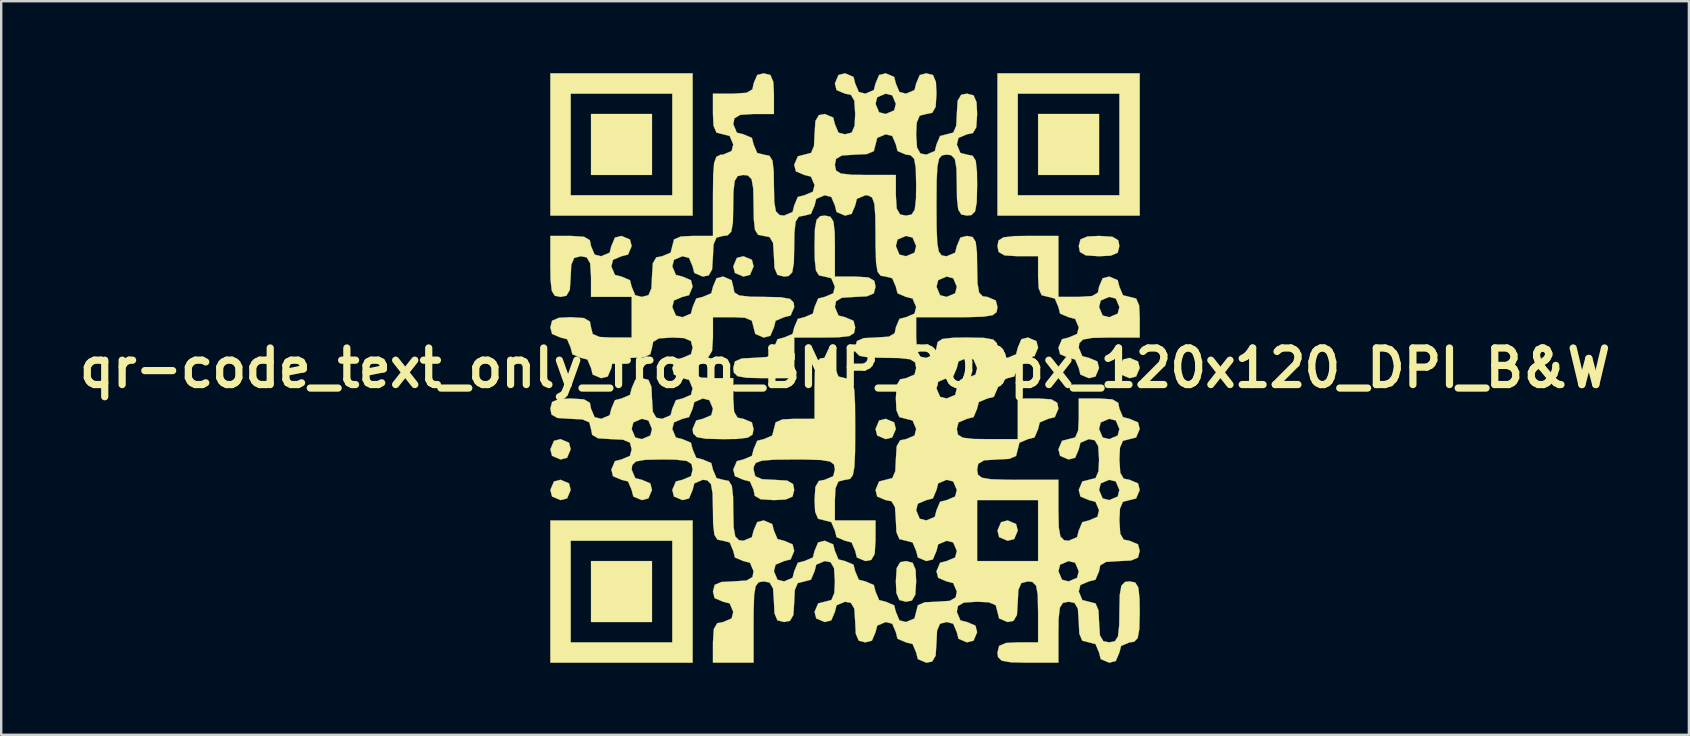
<source format=kicad_pcb>
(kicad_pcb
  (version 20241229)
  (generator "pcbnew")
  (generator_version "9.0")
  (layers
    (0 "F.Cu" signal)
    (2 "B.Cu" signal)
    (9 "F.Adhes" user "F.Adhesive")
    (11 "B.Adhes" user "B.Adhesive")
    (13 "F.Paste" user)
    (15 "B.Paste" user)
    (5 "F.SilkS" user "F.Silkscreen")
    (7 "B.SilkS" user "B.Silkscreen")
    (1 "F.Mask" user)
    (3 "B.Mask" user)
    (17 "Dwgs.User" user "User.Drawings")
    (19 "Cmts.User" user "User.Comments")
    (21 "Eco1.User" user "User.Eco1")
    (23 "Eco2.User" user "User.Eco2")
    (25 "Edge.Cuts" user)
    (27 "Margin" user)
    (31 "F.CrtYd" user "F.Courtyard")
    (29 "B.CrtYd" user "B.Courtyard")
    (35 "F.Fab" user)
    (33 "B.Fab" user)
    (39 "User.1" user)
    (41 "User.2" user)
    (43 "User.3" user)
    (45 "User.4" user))
  (footprint "qr-code_text_only_from_BMP_200px_120x120_DPI_B&W"
    (layer "F.Cu")
    (at 32.156 12.282)
    (property "Reference" "qr-code_text_only_from_BMP_200px_120x120_DPI_B&W" (at 0 0 0) (layer "F.SilkS") (effects (font (size 1.524 1.524) (thickness 0.3))))
    (attr through_hole)
    (fp_poly (pts (xy -8.043 -8.043) (xy -10.583 -8.043) (xy -10.583 -10.583) (xy -8.043 -10.583) (xy -8.043 -8.043)) (stroke (width 0.01) (type solid)) (fill yes) (layer "F.SilkS"))
    (fp_poly (pts (xy -8.043 10.583) (xy -10.583 10.583) (xy -10.583 8.043) (xy -8.043 8.043) (xy -8.043 10.583)) (stroke (width 0.01) (type solid)) (fill yes) (layer "F.SilkS"))
    (fp_poly (pts (xy 10.583 -8.043) (xy 8.043 -8.043) (xy 8.043 -10.583) (xy 10.583 -10.583) (xy 10.583 -8.043)) (stroke (width 0.01) (type solid)) (fill yes) (layer "F.SilkS"))
    (fp_poly (pts (xy -11.5 3.113) (xy -11.43 3.387) (xy -11.58 3.74) (xy -11.853 3.81) (xy -12.207 3.66) (xy -12.277 3.387) (xy -12.127 3.033) (xy -11.853 2.963) (xy -11.5 3.113)) (stroke (width 0.01) (type solid)) (fill yes) (layer "F.SilkS"))
    (fp_poly (pts (xy -11.5 4.806) (xy -11.43 5.08) (xy -11.58 5.434) (xy -11.853 5.503) (xy -12.207 5.354) (xy -12.277 5.08) (xy -12.127 4.726) (xy -11.853 4.657) (xy -11.5 4.806)) (stroke (width 0.01) (type solid)) (fill yes) (layer "F.SilkS"))
    (fp_poly (pts (xy -3.88 -4.507) (xy -3.81 -4.233) (xy -3.96 -3.88) (xy -4.233 -3.81) (xy -4.587 -3.96) (xy -4.657 -4.233) (xy -4.507 -4.587) (xy -4.233 -4.657) (xy -3.88 -4.507)) (stroke (width 0.01) (type solid)) (fill yes) (layer "F.SilkS"))
    (fp_poly (pts (xy 2.047 2.266) (xy 2.117 2.54) (xy 1.967 2.894) (xy 1.693 2.963) (xy 1.34 2.814) (xy 1.27 2.54) (xy 1.42 2.186) (xy 1.693 2.117) (xy 2.047 2.266)) (stroke (width 0.01) (type solid)) (fill yes) (layer "F.SilkS"))
    (fp_poly (pts (xy 7.127 6.5) (xy 7.197 6.773) (xy 7.047 7.127) (xy 6.773 7.197) (xy 6.42 7.047) (xy 6.35 6.773) (xy 6.5 6.42) (xy 6.773 6.35) (xy 7.127 6.5)) (stroke (width 0.01) (type solid)) (fill yes) (layer "F.SilkS"))
    (fp_poly (pts (xy 12.207 -0.274) (xy 12.277 0) (xy 12.127 0.354) (xy 11.853 0.423) (xy 11.5 0.274) (xy 11.43 0) (xy 11.58 -0.354) (xy 11.853 -0.423) (xy 12.207 -0.274)) (stroke (width 0.01) (type solid)) (fill yes) (layer "F.SilkS"))
    (fp_poly (pts (xy -6.35 -6.35) (xy -12.277 -6.35) (xy -12.277 -11.43) (xy -11.43 -11.43) (xy -11.43 -7.197) (xy -7.197 -7.197) (xy -7.197 -11.43) (xy -11.43 -11.43) (xy -12.277 -11.43) (xy -12.277 -12.277) (xy -6.35 -12.277) (xy -6.35 -6.35)) (stroke (width 0.01) (type solid)) (fill yes) (layer "F.SilkS"))
    (fp_poly (pts (xy -6.35 12.277) (xy -12.277 12.277) (xy -12.277 7.197) (xy -11.43 7.197) (xy -11.43 11.43) (xy -7.197 11.43) (xy -7.197 7.197) (xy -11.43 7.197) (xy -12.277 7.197) (xy -12.277 6.35) (xy -6.35 6.35) (xy -6.35 12.277)) (stroke (width 0.01) (type solid)) (fill yes) (layer "F.SilkS"))
    (fp_poly (pts (xy 12.277 -6.35) (xy 6.35 -6.35) (xy 6.35 -11.43) (xy 7.197 -11.43) (xy 7.197 -7.197) (xy 11.43 -7.197) (xy 11.43 -11.43) (xy 7.197 -11.43) (xy 6.35 -11.43) (xy 6.35 -12.277) (xy 12.277 -12.277) (xy 12.277 -6.35)) (stroke (width 0.01) (type solid)) (fill yes) (layer "F.SilkS"))
    (fp_poly (pts (xy 2.817 8.114) (xy 2.939 8.401) (xy 2.963 8.89) (xy 2.928 9.444) (xy 2.784 9.689) (xy 2.54 9.737) (xy 2.263 9.666) (xy 2.141 9.379) (xy 2.117 8.89) (xy 2.152 8.336) (xy 2.296 8.091) (xy 2.54 8.043) (xy 2.817 8.114)) (stroke (width 0.01) (type solid)) (fill yes) (layer "F.SilkS"))
    (fp_poly (pts (xy 11.137 -5.468) (xy 11.382 -5.324) (xy 11.43 -5.08) (xy 11.359 -4.803) (xy 11.072 -4.681) (xy 10.583 -4.657) (xy 10.029 -4.692) (xy 9.785 -4.836) (xy 9.737 -5.08) (xy 9.808 -5.357) (xy 10.095 -5.479) (xy 10.583 -5.503) (xy 11.137 -5.468)) (stroke (width 0.01) (type solid)) (fill yes) (layer "F.SilkS"))
    (fp_poly (pts (xy -0.61 -6.304) (xy -0.482 -6.1) (xy -0.431 -5.643) (xy -0.423 -5.08) (xy -0.423 -3.81) (xy 0.423 -3.81) (xy 0.977 -3.775) (xy 1.222 -3.631) (xy 1.27 -3.387) (xy 1.199 -3.11) (xy 0.912 -2.987) (xy 0.423 -2.963) (xy -0.131 -2.928) (xy -0.375 -2.784) (xy -0.423 -2.54) (xy -0.274 -2.186) (xy 0 -2.117) (xy 0.354 -1.967) (xy 0.423 -1.693) (xy 0.377 -1.457) (xy 0.173 -1.329) (xy -0.284 -1.278) (xy -0.847 -1.27) (xy -2.117 -1.27) (xy -2.117 0.423) (xy -3.387 0.423) (xy -4.096 0.408) (xy -4.479 0.34) (xy -4.633 0.188) (xy -4.657 0) (xy -4.586 -0.277) (xy -4.299 -0.399) (xy -3.81 -0.423) (xy -3.256 -0.459) (xy -3.011 -0.602) (xy -2.963 -0.847) (xy -2.814 -1.2) (xy -2.54 -1.27) (xy -2.186 -1.42) (xy -2.117 -1.693) (xy -1.967 -2.047) (xy -1.693 -2.117) (xy -1.34 -2.266) (xy -1.27 -2.54) (xy -1.12 -2.894) (xy -0.847 -2.963) (xy -0.493 -3.113) (xy -0.423 -3.387) (xy -0.573 -3.74) (xy -0.847 -3.81) (xy -1.083 -3.856) (xy -1.211 -4.06) (xy -1.262 -4.517) (xy -1.27 -5.08) (xy -1.255 -5.789) (xy -1.187 -6.173) (xy -1.034 -6.327) (xy -0.847 -6.35) (xy -0.61 -6.304)) (stroke (width 0.01) (type solid)) (fill yes) (layer "F.SilkS"))
    (fp_poly (pts (xy 8.89 -2.963) (xy 9.737 -2.963) (xy 10.291 -2.999) (xy 10.535 -3.142) (xy 10.583 -3.387) (xy 10.733 -3.74) (xy 11.007 -3.81) (xy 11.36 -3.66) (xy 11.43 -3.387) (xy 11.58 -3.033) (xy 11.853 -2.963) (xy 12.13 -2.892) (xy 12.253 -2.605) (xy 12.277 -2.117) (xy 12.277 -1.27) (xy 11.007 -1.27) (xy 10.297 -1.255) (xy 9.914 -1.187) (xy 9.76 -1.034) (xy 9.737 -0.847) (xy 9.886 -0.493) (xy 10.16 -0.423) (xy 10.514 -0.274) (xy 10.583 0) (xy 10.434 0.354) (xy 10.16 0.423) (xy 9.806 0.274) (xy 9.737 0) (xy 9.587 -0.354) (xy 9.313 -0.423) (xy 8.96 -0.573) (xy 8.89 -0.847) (xy 9.04 -1.2) (xy 9.313 -1.27) (xy 9.667 -1.42) (xy 9.737 -1.693) (xy 9.587 -2.047) (xy 9.313 -2.117) (xy 8.96 -2.266) (xy 8.89 -2.54) (xy 10.583 -2.54) (xy 10.733 -2.186) (xy 11.007 -2.117) (xy 11.36 -2.266) (xy 11.43 -2.54) (xy 11.28 -2.894) (xy 11.007 -2.963) (xy 10.653 -2.814) (xy 10.583 -2.54) (xy 8.89 -2.54) (xy 8.74 -2.894) (xy 8.467 -2.963) (xy 8.19 -3.034) (xy 8.067 -3.321) (xy 8.043 -3.81) (xy 8.043 -4.657) (xy 7.197 -4.657) (xy 6.643 -4.692) (xy 6.398 -4.836) (xy 6.35 -5.08) (xy 6.396 -5.316) (xy 6.6 -5.444) (xy 7.057 -5.496) (xy 7.62 -5.503) (xy 8.89 -5.503) (xy 8.89 -2.963)) (stroke (width 0.01) (type solid)) (fill yes) (layer "F.SilkS"))
    (fp_poly (pts (xy -0.493 -0.274) (xy -0.423 0) (xy -0.274 0.354) (xy 0 0.423) (xy 0.193 0.452) (xy 0.316 0.591) (xy 0.385 0.915) (xy 0.416 1.501) (xy 0.423 2.427) (xy 0.423 2.54) (xy 0.418 3.503) (xy 0.39 4.12) (xy 0.325 4.467) (xy 0.208 4.62) (xy 0.023 4.656) (xy 0 4.657) (xy -0.277 4.728) (xy -0.399 5.015) (xy -0.423 5.503) (xy -0.423 6.35) (xy 1.27 6.35) (xy 1.27 7.197) (xy 1.234 7.751) (xy 1.091 7.995) (xy 0.847 8.043) (xy 0.493 7.894) (xy 0.423 7.62) (xy 0.274 7.266) (xy 0 7.197) (xy -0.354 7.047) (xy -0.423 6.773) (xy -0.573 6.42) (xy -0.847 6.35) (xy -1.124 6.279) (xy -1.246 5.992) (xy -1.27 5.503) (xy -1.234 4.949) (xy -1.091 4.705) (xy -0.847 4.657) (xy -0.493 4.507) (xy -0.423 4.233) (xy -0.459 4.022) (xy -0.622 3.896) (xy -0.997 3.833) (xy -1.67 3.812) (xy -2.117 3.81) (xy -2.96 3.819) (xy -3.466 3.86) (xy -3.719 3.953) (xy -3.804 4.122) (xy -3.81 4.233) (xy -3.739 4.51) (xy -3.452 4.633) (xy -2.963 4.657) (xy -2.409 4.692) (xy -2.165 4.836) (xy -2.117 5.08) (xy -2.188 5.357) (xy -2.475 5.479) (xy -2.963 5.503) (xy -3.517 5.468) (xy -3.762 5.324) (xy -3.81 5.08) (xy -3.96 4.726) (xy -4.233 4.657) (xy -4.587 4.507) (xy -4.657 4.233) (xy -4.507 3.88) (xy -4.233 3.81) (xy -3.88 3.66) (xy -3.81 3.387) (xy -3.66 3.033) (xy -3.387 2.963) (xy -3.033 2.814) (xy -2.963 2.54) (xy -2.892 2.263) (xy -2.605 2.141) (xy -2.117 2.117) (xy -1.27 2.117) (xy -1.27 0.847) (xy -1.255 0.137) (xy -1.187 -0.246) (xy -1.034 -0.4) (xy -0.847 -0.423) (xy -0.493 -0.274)) (stroke (width 0.01) (type solid)) (fill yes) (layer "F.SilkS"))
    (fp_poly (pts (xy 3.664 -12.206) (xy 3.786 -11.919) (xy 3.81 -11.43) (xy 3.775 -10.876) (xy 3.631 -10.631) (xy 3.387 -10.583) (xy 3.11 -10.512) (xy 2.987 -10.225) (xy 2.963 -9.737) (xy 2.999 -9.183) (xy 3.142 -8.938) (xy 3.387 -8.89) (xy 3.74 -9.04) (xy 3.81 -9.313) (xy 3.96 -9.667) (xy 4.233 -9.737) (xy 4.51 -9.808) (xy 4.633 -10.095) (xy 4.657 -10.583) (xy 4.692 -11.137) (xy 4.836 -11.382) (xy 5.08 -11.43) (xy 5.357 -11.359) (xy 5.479 -11.072) (xy 5.503 -10.583) (xy 5.468 -10.029) (xy 5.324 -9.785) (xy 5.08 -9.737) (xy 4.726 -9.587) (xy 4.657 -9.313) (xy 4.806 -8.96) (xy 5.08 -8.89) (xy 5.316 -8.844) (xy 5.444 -8.64) (xy 5.496 -8.183) (xy 5.503 -7.62) (xy 5.488 -6.911) (xy 5.42 -6.527) (xy 5.268 -6.373) (xy 5.08 -6.35) (xy 4.844 -6.396) (xy 4.716 -6.6) (xy 4.664 -7.057) (xy 4.657 -7.62) (xy 4.641 -8.329) (xy 4.573 -8.713) (xy 4.421 -8.867) (xy 4.233 -8.89) (xy 4.041 -8.861) (xy 3.917 -8.723) (xy 3.848 -8.399) (xy 3.817 -7.812) (xy 3.81 -6.887) (xy 3.81 -6.773) (xy 3.816 -5.81) (xy 3.843 -5.193) (xy 3.908 -4.847) (xy 4.026 -4.693) (xy 4.211 -4.657) (xy 4.233 -4.657) (xy 4.587 -4.806) (xy 4.657 -5.08) (xy 4.806 -5.434) (xy 5.08 -5.503) (xy 5.316 -5.457) (xy 5.444 -5.253) (xy 5.496 -4.796) (xy 5.503 -4.233) (xy 5.519 -3.524) (xy 5.587 -3.141) (xy 5.739 -2.987) (xy 5.927 -2.963) (xy 6.28 -2.814) (xy 6.35 -2.54) (xy 6.315 -2.329) (xy 6.152 -2.203) (xy 5.776 -2.139) (xy 5.103 -2.118) (xy 4.657 -2.117) (xy 2.963 -2.117) (xy 2.963 -1.27) (xy 2.999 -0.716) (xy 3.142 -0.471) (xy 3.387 -0.423) (xy 3.74 -0.573) (xy 3.81 -0.847) (xy 3.856 -1.083) (xy 4.06 -1.211) (xy 4.517 -1.262) (xy 5.08 -1.27) (xy 5.789 -1.255) (xy 6.173 -1.187) (xy 6.327 -1.034) (xy 6.35 -0.847) (xy 6.5 -0.493) (xy 6.773 -0.423) (xy 7.127 -0.573) (xy 7.197 -0.847) (xy 7.346 -1.2) (xy 7.62 -1.27) (xy 7.974 -1.12) (xy 8.043 -0.847) (xy 7.894 -0.493) (xy 7.62 -0.423) (xy 7.266 -0.274) (xy 7.197 0) (xy 7.047 0.354) (xy 6.773 0.423) (xy 6.42 0.573) (xy 6.35 0.847) (xy 6.2 1.2) (xy 5.927 1.27) (xy 5.573 1.42) (xy 5.503 1.693) (xy 5.354 2.047) (xy 5.08 2.117) (xy 4.726 2.266) (xy 4.657 2.54) (xy 4.703 2.776) (xy 4.907 2.904) (xy 5.364 2.956) (xy 5.927 2.963) (xy 7.197 2.963) (xy 7.197 1.27) (xy 8.043 1.27) (xy 8.597 1.306) (xy 8.842 1.449) (xy 8.89 1.693) (xy 8.74 2.047) (xy 8.467 2.117) (xy 8.113 2.266) (xy 8.043 2.54) (xy 7.894 2.894) (xy 7.62 2.963) (xy 7.266 3.113) (xy 7.197 3.387) (xy 7.126 3.664) (xy 6.839 3.786) (xy 6.35 3.81) (xy 5.796 3.845) (xy 5.551 3.989) (xy 5.503 4.233) (xy 5.539 4.444) (xy 5.702 4.571) (xy 6.077 4.634) (xy 6.75 4.655) (xy 7.197 4.657) (xy 8.89 4.657) (xy 8.89 5.927) (xy 8.905 6.636) (xy 8.973 7.019) (xy 9.126 7.173) (xy 9.313 7.197) (xy 9.667 7.047) (xy 9.737 6.773) (xy 9.886 6.42) (xy 10.16 6.35) (xy 10.514 6.2) (xy 10.583 5.927) (xy 10.434 5.573) (xy 10.16 5.503) (xy 9.806 5.354) (xy 9.737 5.08) (xy 10.583 5.08) (xy 10.733 5.434) (xy 11.007 5.503) (xy 11.36 5.354) (xy 11.43 5.08) (xy 11.28 4.726) (xy 11.007 4.657) (xy 10.653 4.806) (xy 10.583 5.08) (xy 9.737 5.08) (xy 9.886 4.726) (xy 10.16 4.657) (xy 10.437 4.586) (xy 10.559 4.299) (xy 10.583 3.81) (xy 10.548 3.256) (xy 10.404 3.011) (xy 10.16 2.963) (xy 9.806 3.113) (xy 9.737 3.387) (xy 9.587 3.74) (xy 9.313 3.81) (xy 8.96 3.66) (xy 8.89 3.387) (xy 9.04 3.033) (xy 9.313 2.963) (xy 9.59 2.892) (xy 9.713 2.605) (xy 9.716 2.54) (xy 10.583 2.54) (xy 10.733 2.894) (xy 11.007 2.963) (xy 11.36 2.814) (xy 11.43 2.54) (xy 11.28 2.186) (xy 11.007 2.117) (xy 10.653 2.266) (xy 10.583 2.54) (xy 9.716 2.54) (xy 9.737 2.117) (xy 9.737 1.27) (xy 10.583 1.27) (xy 11.137 1.306) (xy 11.382 1.449) (xy 11.43 1.693) (xy 11.58 2.047) (xy 11.853 2.117) (xy 12.207 2.266) (xy 12.277 2.54) (xy 12.127 2.894) (xy 11.853 2.963) (xy 11.576 3.034) (xy 11.454 3.321) (xy 11.43 3.81) (xy 11.466 4.364) (xy 11.609 4.609) (xy 11.853 4.657) (xy 12.207 4.806) (xy 12.277 5.08) (xy 12.127 5.434) (xy 11.853 5.503) (xy 11.576 5.574) (xy 11.454 5.861) (xy 11.43 6.35) (xy 11.466 6.904) (xy 11.609 7.149) (xy 11.853 7.197) (xy 12.207 7.346) (xy 12.277 7.62) (xy 12.206 7.897) (xy 11.919 8.019) (xy 11.43 8.043) (xy 10.876 8.079) (xy 10.631 8.222) (xy 10.583 8.467) (xy 10.434 8.82) (xy 10.16 8.89) (xy 9.806 9.04) (xy 9.737 9.313) (xy 9.886 9.667) (xy 10.16 9.737) (xy 10.437 9.808) (xy 10.559 10.095) (xy 10.583 10.583) (xy 10.619 11.137) (xy 10.762 11.382) (xy 11.007 11.43) (xy 11.243 11.384) (xy 11.371 11.18) (xy 11.422 10.723) (xy 11.43 10.16) (xy 11.445 9.451) (xy 11.513 9.067) (xy 11.666 8.913) (xy 11.853 8.89) (xy 12.09 8.936) (xy 12.218 9.14) (xy 12.269 9.597) (xy 12.277 10.16) (xy 12.261 10.869) (xy 12.193 11.253) (xy 12.041 11.407) (xy 11.853 11.43) (xy 11.5 11.58) (xy 11.43 11.853) (xy 11.28 12.207) (xy 11.007 12.277) (xy 10.653 12.127) (xy 10.583 11.853) (xy 10.434 11.5) (xy 10.16 11.43) (xy 9.883 11.359) (xy 9.761 11.072) (xy 9.737 10.583) (xy 9.701 10.029) (xy 9.558 9.785) (xy 9.313 9.737) (xy 9.077 9.783) (xy 8.949 9.987) (xy 8.898 10.444) (xy 8.89 11.007) (xy 8.89 12.277) (xy 7.62 12.277) (xy 6.911 12.261) (xy 6.527 12.193) (xy 6.373 12.041) (xy 6.35 11.853) (xy 6.421 11.576) (xy 6.708 11.454) (xy 7.197 11.43) (xy 8.043 11.43) (xy 8.043 10.16) (xy 8.028 9.451) (xy 7.96 9.067) (xy 7.808 8.913) (xy 7.62 8.89) (xy 7.343 8.961) (xy 7.221 9.248) (xy 7.197 9.737) (xy 7.161 10.291) (xy 7.018 10.535) (xy 6.773 10.583) (xy 6.42 10.434) (xy 6.35 10.16) (xy 6.279 9.883) (xy 5.992 9.761) (xy 5.503 9.737) (xy 4.949 9.772) (xy 4.705 9.916) (xy 4.657 10.16) (xy 4.806 10.514) (xy 5.08 10.583) (xy 5.434 10.733) (xy 5.503 11.007) (xy 5.354 11.36) (xy 5.08 11.43) (xy 4.726 11.28) (xy 4.657 11.007) (xy 4.507 10.653) (xy 4.233 10.583) (xy 3.956 10.654) (xy 3.834 10.941) (xy 3.81 11.43) (xy 3.775 11.984) (xy 3.631 12.229) (xy 3.387 12.277) (xy 3.033 12.127) (xy 2.963 11.853) (xy 2.814 11.5) (xy 2.54 11.43) (xy 2.186 11.28) (xy 2.117 11.007) (xy 1.967 10.653) (xy 1.693 10.583) (xy 1.34 10.733) (xy 1.27 11.007) (xy 1.12 11.36) (xy 0.847 11.43) (xy 0.57 11.359) (xy 0.447 11.072) (xy 0.423 10.583) (xy 0.388 10.029) (xy 0.244 9.785) (xy 0 9.737) (xy -0.354 9.886) (xy -0.423 10.16) (xy -0.573 10.514) (xy -0.847 10.583) (xy -1.2 10.434) (xy -1.27 10.16) (xy -1.12 9.806) (xy -0.847 9.737) (xy -0.57 9.666) (xy -0.447 9.379) (xy -0.423 8.89) (xy -0.459 8.336) (xy -0.602 8.091) (xy -0.847 8.043) (xy -1.2 8.193) (xy -1.27 8.467) (xy -1.42 8.82) (xy -1.693 8.89) (xy -1.97 8.961) (xy -2.093 9.248) (xy -2.117 9.737) (xy -2.152 10.291) (xy -2.296 10.535) (xy -2.54 10.583) (xy -2.817 10.512) (xy -2.939 10.225) (xy -2.963 9.737) (xy -2.999 9.183) (xy -3.142 8.938) (xy -3.387 8.89) (xy -3.598 8.925) (xy -3.724 9.088) (xy -3.787 9.464) (xy -3.808 10.137) (xy -3.81 10.583) (xy -3.81 12.277) (xy -5.503 12.277) (xy -5.503 11.43) (xy -5.468 10.876) (xy -5.324 10.631) (xy -5.08 10.583) (xy -4.726 10.434) (xy -4.657 10.16) (xy -4.806 9.806) (xy -5.08 9.737) (xy -5.434 9.587) (xy -5.503 9.313) (xy -5.432 9.036) (xy -5.145 8.914) (xy -4.657 8.89) (xy -4.103 8.854) (xy -3.858 8.711) (xy -3.81 8.467) (xy -3.96 8.113) (xy -4.233 8.043) (xy -4.587 7.894) (xy -4.657 7.62) (xy -4.806 7.266) (xy -5.08 7.197) (xy -5.316 7.15) (xy -5.444 6.947) (xy -5.496 6.489) (xy -5.503 5.927) (xy -5.519 5.217) (xy -5.587 4.834) (xy -5.739 4.68) (xy -5.927 4.657) (xy -6.28 4.806) (xy -6.35 5.08) (xy -6.5 5.434) (xy -6.773 5.503) (xy -7.127 5.354) (xy -7.197 5.08) (xy -7.047 4.726) (xy -6.773 4.657) (xy -6.42 4.507) (xy -6.35 4.233) (xy -6.396 3.997) (xy -6.6 3.869) (xy -7.057 3.818) (xy -7.62 3.81) (xy -8.329 3.825) (xy -8.713 3.893) (xy -8.867 4.046) (xy -8.89 4.233) (xy -8.74 4.587) (xy -8.467 4.657) (xy -8.113 4.806) (xy -8.043 5.08) (xy -8.193 5.434) (xy -8.467 5.503) (xy -8.82 5.354) (xy -8.89 5.08) (xy -9.04 4.726) (xy -9.313 4.657) (xy -9.667 4.507) (xy -9.737 4.233) (xy -9.587 3.88) (xy -9.313 3.81) (xy -8.96 3.66) (xy -8.89 3.387) (xy -8.961 3.11) (xy -9.248 2.987) (xy -9.737 2.963) (xy -10.291 2.928) (xy -10.535 2.784) (xy -10.583 2.54) (xy -8.89 2.54) (xy -8.74 2.894) (xy -8.467 2.963) (xy -8.113 2.814) (xy -8.043 2.54) (xy -8.193 2.186) (xy -8.467 2.117) (xy -8.82 2.266) (xy -8.89 2.54) (xy -10.583 2.54) (xy -10.654 2.263) (xy -10.941 2.141) (xy -11.43 2.117) (xy -11.984 2.081) (xy -12.229 1.938) (xy -12.277 1.693) (xy -12.206 1.416) (xy -11.919 1.294) (xy -11.43 1.27) (xy -10.876 1.306) (xy -10.631 1.449) (xy -10.583 1.693) (xy -10.434 2.047) (xy -10.16 2.117) (xy -9.806 1.967) (xy -9.737 1.693) (xy -9.587 1.34) (xy -9.313 1.27) (xy -8.96 1.12) (xy -8.89 0.847) (xy -8.74 0.493) (xy -8.467 0.423) (xy -8.19 0.494) (xy -8.067 0.781) (xy -8.043 1.27) (xy -8.008 1.824) (xy -7.864 2.069) (xy -7.62 2.117) (xy -7.266 1.967) (xy -7.197 1.693) (xy -7.047 1.34) (xy -6.773 1.27) (xy -6.42 1.12) (xy -6.35 0.847) (xy -6.5 0.493) (xy -6.773 0.423) (xy -7.127 0.274) (xy -7.197 0) (xy -7.047 -0.354) (xy -6.773 -0.423) (xy -6.42 -0.573) (xy -6.35 -0.847) (xy -6.421 -1.124) (xy -6.708 -1.246) (xy -7.197 -1.27) (xy -7.751 -1.234) (xy -7.995 -1.091) (xy -8.043 -0.847) (xy -8.114 -0.57) (xy -8.401 -0.447) (xy -8.89 -0.423) (xy -9.444 -0.388) (xy -9.689 -0.244) (xy -9.737 0) (xy -9.886 0.354) (xy -10.16 0.423) (xy -10.514 0.274) (xy -10.583 0) (xy -10.733 -0.354) (xy -11.007 -0.423) (xy -11.36 -0.573) (xy -11.43 -0.847) (xy -11.58 -1.2) (xy -11.853 -1.27) (xy -12.207 -1.42) (xy -12.277 -1.693) (xy -12.206 -1.97) (xy -11.919 -2.093) (xy -11.43 -2.117) (xy -10.876 -2.081) (xy -10.631 -1.938) (xy -10.583 -1.693) (xy -10.512 -1.416) (xy -10.225 -1.294) (xy -9.737 -1.27) (xy -8.89 -1.27) (xy -8.89 -2.963) (xy -10.583 -2.963) (xy -10.583 -3.81) (xy -10.619 -4.364) (xy -10.762 -4.609) (xy -11.007 -4.657) (xy -11.284 -4.586) (xy -11.406 -4.299) (xy -11.43 -3.81) (xy -11.466 -3.256) (xy -11.609 -3.011) (xy -11.853 -2.963) (xy -12.09 -3.01) (xy -12.218 -3.213) (xy -12.269 -3.671) (xy -12.277 -4.233) (xy -12.277 -5.503) (xy -11.43 -5.503) (xy -10.876 -5.468) (xy -10.631 -5.324) (xy -10.583 -5.08) (xy -10.434 -4.726) (xy -10.16 -4.657) (xy -9.806 -4.806) (xy -9.737 -5.08) (xy -9.587 -5.434) (xy -9.313 -5.503) (xy -8.96 -5.354) (xy -8.89 -5.08) (xy -9.04 -4.726) (xy -9.313 -4.657) (xy -9.667 -4.507) (xy -9.737 -4.233) (xy -9.587 -3.88) (xy -9.313 -3.81) (xy -8.96 -3.66) (xy -8.89 -3.387) (xy -8.74 -3.033) (xy -8.467 -2.963) (xy -8.19 -3.034) (xy -8.067 -3.321) (xy -8.043 -3.81) (xy -8.016 -4.233) (xy -7.197 -4.233) (xy -7.047 -3.88) (xy -6.773 -3.81) (xy -6.42 -3.66) (xy -6.35 -3.387) (xy -6.5 -3.033) (xy -6.773 -2.963) (xy -7.127 -2.814) (xy -7.197 -2.54) (xy -7.047 -2.186) (xy -6.773 -2.117) (xy -6.42 -2.266) (xy -6.35 -2.54) (xy -6.2 -2.894) (xy -5.927 -2.963) (xy -5.573 -3.113) (xy -5.503 -3.387) (xy -5.354 -3.74) (xy -5.08 -3.81) (xy -4.726 -3.66) (xy -4.657 -3.387) (xy -4.61 -3.15) (xy -4.407 -3.022) (xy -3.949 -2.971) (xy -3.387 -2.963) (xy -2.677 -2.948) (xy -2.294 -2.88) (xy -2.14 -2.728) (xy -2.117 -2.54) (xy -2.266 -2.186) (xy -2.54 -2.117) (xy -2.894 -1.967) (xy -2.963 -1.693) (xy -3.113 -1.34) (xy -3.387 -1.27) (xy -3.74 -1.42) (xy -3.81 -1.693) (xy -3.881 -1.97) (xy -4.168 -2.093) (xy -4.657 -2.117) (xy -5.503 -2.117) (xy -5.503 -1.27) (xy -5.539 -0.716) (xy -5.682 -0.471) (xy -5.927 -0.423) (xy -6.28 -0.274) (xy -6.35 0) (xy -6.279 0.277) (xy -5.992 0.399) (xy -5.503 0.423) (xy -4.657 0.423) (xy -4.657 1.27) (xy -4.621 1.824) (xy -4.478 2.069) (xy -4.233 2.117) (xy -3.88 2.266) (xy -3.81 2.54) (xy -3.856 2.776) (xy -4.06 2.904) (xy -4.517 2.956) (xy -5.08 2.963) (xy -5.789 2.948) (xy -6.173 2.88) (xy -6.327 2.728) (xy -6.35 2.54) (xy -6.2 2.186) (xy -5.927 2.117) (xy -5.573 1.967) (xy -5.503 1.693) (xy -5.653 1.34) (xy -5.927 1.27) (xy -6.28 1.42) (xy -6.35 1.693) (xy -6.5 2.047) (xy -6.773 2.117) (xy -7.127 2.266) (xy -7.197 2.54) (xy -7.047 2.894) (xy -6.773 2.963) (xy -6.42 3.113) (xy -6.35 3.387) (xy -6.2 3.74) (xy -5.927 3.81) (xy -5.573 3.96) (xy -5.503 4.233) (xy -5.354 4.587) (xy -5.08 4.657) (xy -4.844 4.703) (xy -4.716 4.907) (xy -4.664 5.364) (xy -4.657 5.927) (xy -4.641 6.636) (xy -4.573 7.019) (xy -4.421 7.173) (xy -4.233 7.197) (xy -3.88 7.047) (xy -3.81 6.773) (xy -3.66 6.42) (xy -3.387 6.35) (xy -3.033 6.5) (xy -2.963 6.773) (xy -2.814 7.127) (xy -2.54 7.197) (xy -2.186 7.346) (xy -2.117 7.62) (xy -2.266 7.974) (xy -2.54 8.043) (xy -2.894 8.193) (xy -2.963 8.467) (xy -2.814 8.82) (xy -2.54 8.89) (xy -2.186 8.74) (xy -2.117 8.467) (xy -1.967 8.113) (xy -1.693 8.043) (xy -1.34 7.894) (xy -1.27 7.62) (xy -1.12 7.266) (xy -0.847 7.197) (xy -0.493 7.346) (xy -0.423 7.62) (xy -0.274 7.974) (xy 0 8.043) (xy 0.354 8.193) (xy 0.423 8.467) (xy 0.573 8.82) (xy 0.847 8.89) (xy 1.2 9.04) (xy 1.27 9.313) (xy 1.42 9.667) (xy 1.693 9.737) (xy 2.047 9.886) (xy 2.117 10.16) (xy 2.266 10.514) (xy 2.54 10.583) (xy 2.894 10.434) (xy 2.963 10.16) (xy 3.034 9.883) (xy 3.321 9.761) (xy 3.81 9.737) (xy 4.364 9.701) (xy 4.609 9.558) (xy 4.657 9.313) (xy 4.507 8.96) (xy 4.233 8.89) (xy 3.88 8.74) (xy 3.81 8.467) (xy 8.89 8.467) (xy 9.04 8.82) (xy 9.313 8.89) (xy 9.667 8.74) (xy 9.737 8.467) (xy 9.587 8.113) (xy 9.313 8.043) (xy 8.96 8.193) (xy 8.89 8.467) (xy 3.81 8.467) (xy 3.96 8.113) (xy 4.233 8.043) (xy 4.587 7.894) (xy 4.657 7.62) (xy 4.507 7.266) (xy 4.233 7.197) (xy 3.88 7.346) (xy 3.81 7.62) (xy 3.66 7.974) (xy 3.387 8.043) (xy 3.033 7.894) (xy 2.963 7.62) (xy 2.814 7.266) (xy 2.54 7.197) (xy 2.263 7.126) (xy 2.141 6.839) (xy 2.117 6.35) (xy 2.09 5.927) (xy 2.963 5.927) (xy 3.113 6.28) (xy 3.387 6.35) (xy 3.74 6.2) (xy 3.81 5.927) (xy 3.96 5.573) (xy 4.233 5.503) (xy 5.503 5.503) (xy 5.503 8.043) (xy 8.043 8.043) (xy 8.043 5.503) (xy 5.503 5.503) (xy 4.233 5.503) (xy 4.587 5.354) (xy 4.657 5.08) (xy 4.507 4.726) (xy 4.233 4.657) (xy 3.88 4.806) (xy 3.81 5.08) (xy 3.66 5.434) (xy 3.387 5.503) (xy 3.033 5.653) (xy 2.963 5.927) (xy 2.09 5.927) (xy 2.081 5.796) (xy 1.938 5.551) (xy 1.693 5.503) (xy 1.34 5.354) (xy 1.27 5.08) (xy 1.42 4.726) (xy 1.693 4.657) (xy 1.97 4.586) (xy 2.093 4.299) (xy 2.117 3.81) (xy 2.152 3.256) (xy 2.296 3.011) (xy 2.54 2.963) (xy 2.894 2.814) (xy 2.963 2.54) (xy 2.814 2.186) (xy 2.54 2.117) (xy 2.263 2.046) (xy 2.141 1.759) (xy 2.117 1.27) (xy 2.144 0.847) (xy 3.81 0.847) (xy 3.96 1.2) (xy 4.233 1.27) (xy 4.587 1.12) (xy 4.657 0.847) (xy 4.806 0.493) (xy 5.08 0.423) (xy 5.434 0.274) (xy 5.503 0) (xy 5.354 -0.354) (xy 5.08 -0.423) (xy 4.726 -0.274) (xy 4.657 0) (xy 4.507 0.354) (xy 4.233 0.423) (xy 3.88 0.573) (xy 3.81 0.847) (xy 2.144 0.847) (xy 2.152 0.716) (xy 2.296 0.471) (xy 2.54 0.423) (xy 2.894 0.274) (xy 2.963 0) (xy 2.917 -0.236) (xy 2.713 -0.364) (xy 2.256 -0.416) (xy 1.693 -0.423) (xy 0.984 -0.439) (xy 0.601 -0.507) (xy 0.447 -0.659) (xy 0.423 -0.847) (xy 0.494 -1.124) (xy 0.781 -1.246) (xy 1.27 -1.27) (xy 1.824 -1.306) (xy 2.069 -1.449) (xy 2.117 -1.693) (xy 2.266 -2.047) (xy 2.54 -2.117) (xy 2.894 -2.266) (xy 2.963 -2.54) (xy 2.814 -2.894) (xy 2.54 -2.963) (xy 2.186 -3.113) (xy 2.117 -3.387) (xy 3.81 -3.387) (xy 3.96 -3.033) (xy 4.233 -2.963) (xy 4.587 -3.113) (xy 4.657 -3.387) (xy 4.507 -3.74) (xy 4.233 -3.81) (xy 3.88 -3.66) (xy 3.81 -3.387) (xy 2.117 -3.387) (xy 1.967 -3.74) (xy 1.693 -3.81) (xy 1.482 -3.845) (xy 1.356 -4.008) (xy 1.293 -4.384) (xy 1.272 -5.057) (xy 1.271 -5.08) (xy 2.117 -5.08) (xy 2.266 -4.726) (xy 2.54 -4.657) (xy 2.894 -4.806) (xy 2.963 -5.08) (xy 2.814 -5.434) (xy 2.54 -5.503) (xy 2.186 -5.354) (xy 2.117 -5.08) (xy 1.271 -5.08) (xy 1.27 -5.503) (xy 1.261 -6.347) (xy 1.22 -6.853) (xy 1.127 -7.105) (xy 0.958 -7.19) (xy 0.847 -7.197) (xy 0.493 -7.047) (xy 0.423 -6.773) (xy 0.274 -6.42) (xy 0 -6.35) (xy -0.354 -6.5) (xy -0.423 -6.773) (xy -0.573 -7.127) (xy -0.847 -7.197) (xy -1.2 -7.047) (xy -1.27 -6.773) (xy -1.42 -6.42) (xy -1.693 -6.35) (xy -1.93 -6.304) (xy -2.058 -6.1) (xy -2.109 -5.643) (xy -2.117 -5.08) (xy -2.132 -4.371) (xy -2.2 -3.987) (xy -2.352 -3.833) (xy -2.54 -3.81) (xy -2.817 -3.881) (xy -2.939 -4.168) (xy -2.963 -4.657) (xy -2.999 -5.211) (xy -3.142 -5.455) (xy -3.387 -5.503) (xy -3.623 -5.55) (xy -3.751 -5.753) (xy -3.802 -6.211) (xy -3.81 -6.773) (xy -3.825 -7.483) (xy -3.893 -7.866) (xy -4.046 -8.02) (xy -4.233 -8.043) (xy -4.47 -7.997) (xy -4.598 -7.793) (xy -4.649 -7.336) (xy -4.657 -6.773) (xy -4.672 -6.064) (xy -4.74 -5.681) (xy -4.892 -5.527) (xy -5.08 -5.503) (xy -5.357 -5.432) (xy -5.479 -5.145) (xy -5.503 -4.657) (xy -5.539 -4.103) (xy -5.682 -3.858) (xy -5.927 -3.81) (xy -6.28 -3.96) (xy -6.35 -4.233) (xy -6.5 -4.587) (xy -6.773 -4.657) (xy -7.127 -4.507) (xy -7.197 -4.233) (xy -8.016 -4.233) (xy -8.008 -4.364) (xy -7.864 -4.609) (xy -7.62 -4.657) (xy -7.266 -4.806) (xy -7.197 -5.08) (xy -7.126 -5.357) (xy -6.839 -5.479) (xy -6.35 -5.503) (xy -5.503 -5.503) (xy -5.503 -7.197) (xy -5.494 -8.04) (xy -5.454 -8.546) (xy -5.36 -8.799) (xy -5.192 -8.884) (xy -5.08 -8.89) (xy -4.726 -9.04) (xy -4.657 -9.313) (xy -4.806 -9.667) (xy -5.08 -9.737) (xy -5.357 -9.808) (xy -5.479 -10.095) (xy -5.503 -10.583) (xy -5.503 -11.43) (xy -4.657 -11.43) (xy -4.103 -11.466) (xy -3.858 -11.609) (xy -3.81 -11.853) (xy -3.66 -12.207) (xy -3.387 -12.277) (xy -3.11 -12.206) (xy -2.987 -11.919) (xy -2.963 -11.43) (xy -2.963 -10.583) (xy -3.81 -10.583) (xy -4.364 -10.548) (xy -4.609 -10.404) (xy -4.657 -10.16) (xy -4.507 -9.806) (xy -4.233 -9.737) (xy -3.88 -9.587) (xy -3.81 -9.313) (xy -3.66 -8.96) (xy -3.387 -8.89) (xy -3.15 -8.844) (xy -3.022 -8.64) (xy -2.971 -8.183) (xy -2.963 -7.62) (xy -2.948 -6.911) (xy -2.88 -6.527) (xy -2.728 -6.373) (xy -2.54 -6.35) (xy -2.186 -6.5) (xy -2.117 -6.773) (xy -1.967 -7.127) (xy -1.693 -7.197) (xy -1.34 -7.346) (xy -1.27 -7.62) (xy -1.42 -7.974) (xy -1.693 -8.043) (xy -2.047 -8.193) (xy -2.117 -8.467) (xy -0.423 -8.467) (xy -0.377 -8.23) (xy -0.173 -8.102) (xy 0.284 -8.051) (xy 0.847 -8.043) (xy 2.117 -8.043) (xy 2.117 -7.197) (xy 2.152 -6.643) (xy 2.296 -6.398) (xy 2.54 -6.35) (xy 2.776 -6.396) (xy 2.904 -6.6) (xy 2.956 -7.057) (xy 2.963 -7.62) (xy 2.948 -8.329) (xy 2.88 -8.713) (xy 2.728 -8.867) (xy 2.54 -8.89) (xy 2.186 -9.04) (xy 2.117 -9.313) (xy 1.967 -9.667) (xy 1.693 -9.737) (xy 1.34 -9.587) (xy 1.27 -9.313) (xy 1.199 -9.036) (xy 0.912 -8.914) (xy 0.423 -8.89) (xy -0.131 -8.854) (xy -0.375 -8.711) (xy -0.423 -8.467) (xy -2.117 -8.467) (xy -1.967 -8.82) (xy -1.693 -8.89) (xy -1.416 -8.961) (xy -1.294 -9.248) (xy -1.27 -9.737) (xy -1.234 -10.291) (xy -1.091 -10.535) (xy -0.847 -10.583) (xy -0.493 -10.434) (xy -0.423 -10.16) (xy -0.274 -9.806) (xy 0 -9.737) (xy 0.277 -9.808) (xy 0.399 -10.095) (xy 0.423 -10.583) (xy 0.396 -11.007) (xy 1.27 -11.007) (xy 1.42 -10.653) (xy 1.693 -10.583) (xy 2.047 -10.733) (xy 2.117 -11.007) (xy 1.967 -11.36) (xy 1.693 -11.43) (xy 1.34 -11.28) (xy 1.27 -11.007) (xy 0.396 -11.007) (xy 0.388 -11.137) (xy 0.244 -11.382) (xy 0 -11.43) (xy -0.354 -11.58) (xy -0.423 -11.853) (xy -0.274 -12.207) (xy 0 -12.277) (xy 0.354 -12.127) (xy 0.423 -11.853) (xy 0.573 -11.5) (xy 0.847 -11.43) (xy 1.2 -11.58) (xy 1.27 -11.853) (xy 1.42 -12.207) (xy 1.693 -12.277) (xy 2.047 -12.127) (xy 2.117 -11.853) (xy 2.266 -11.5) (xy 2.54 -11.43) (xy 2.894 -11.58) (xy 2.963 -11.853) (xy 3.113 -12.207) (xy 3.387 -12.277) (xy 3.664 -12.206)) (stroke (width 0.01) (type solid)) (fill yes) (layer "F.SilkS")))
  (gr_rect
    (start -3 -3)
    (end 67.313 27.563)
    (stroke (width 0.1) (type default))
    (fill no)
    (layer "Edge.Cuts")))
</source>
